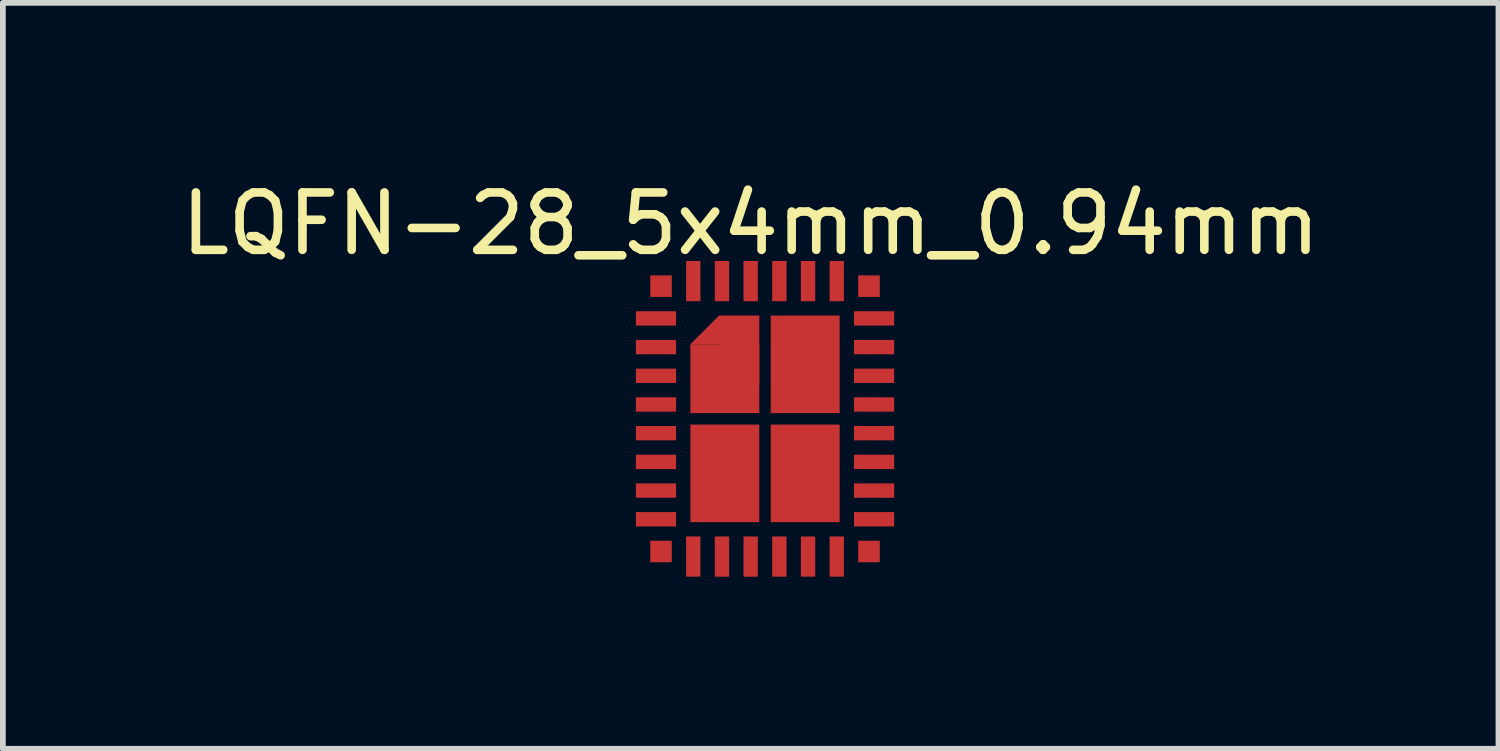
<source format=kicad_pcb>
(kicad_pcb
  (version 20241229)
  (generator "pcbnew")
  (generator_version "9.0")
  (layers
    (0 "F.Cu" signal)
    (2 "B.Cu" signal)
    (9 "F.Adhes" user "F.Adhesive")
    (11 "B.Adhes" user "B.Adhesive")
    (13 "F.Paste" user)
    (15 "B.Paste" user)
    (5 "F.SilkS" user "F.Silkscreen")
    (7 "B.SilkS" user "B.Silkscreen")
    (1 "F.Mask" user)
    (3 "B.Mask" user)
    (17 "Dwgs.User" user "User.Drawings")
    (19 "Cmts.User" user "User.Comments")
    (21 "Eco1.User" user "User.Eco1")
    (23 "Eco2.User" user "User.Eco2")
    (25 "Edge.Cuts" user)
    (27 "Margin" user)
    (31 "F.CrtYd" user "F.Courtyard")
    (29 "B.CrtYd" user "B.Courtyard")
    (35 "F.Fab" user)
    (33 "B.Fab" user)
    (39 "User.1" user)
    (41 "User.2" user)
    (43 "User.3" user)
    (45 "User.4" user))
  (footprint "LQFN-28_5x4mm_0.94mm"
    (layer "F.Cu")
    (at 10.28 4.248)
    (property "Reference" "LQFN-28_5x4mm_0.94mm" (at -0.25 -3.4 0) (layer "F.SilkS") (effects (font (size 1 1) (thickness 0.15))))
    (attr through_hole)
    (pad "0" smd rect (at -1.812 -2.312 270) (size 0.375 0.375) (layers "F.Cu" "F.Mask" "F.Paste"))
    (pad "0" smd rect (at -1.812 2.312 270) (size 0.375 0.375) (layers "F.Cu" "F.Mask" "F.Paste"))
    (pad "0" smd rect (at 1.812 -2.312 270) (size 0.375 0.375) (layers "F.Cu" "F.Mask" "F.Paste"))
    (pad "0" smd rect (at 1.812 2.312 270) (size 0.375 0.375) (layers "F.Cu" "F.Mask" "F.Paste"))
    (pad "1" smd rect (at -1.9 -1.75) (size 0.7 0.25) (layers "F.Cu" "F.Mask" "F.Paste"))
    (pad "2" smd rect (at -1.9 -1.25) (size 0.7 0.25) (layers "F.Cu" "F.Mask" "F.Paste"))
    (pad "3" smd rect (at -1.9 -0.75) (size 0.7 0.25) (layers "F.Cu" "F.Mask" "F.Paste"))
    (pad "4" smd rect (at -1.9 -0.25) (size 0.7 0.25) (layers "F.Cu" "F.Mask" "F.Paste"))
    (pad "5" smd rect (at -1.9 0.25) (size 0.7 0.25) (layers "F.Cu" "F.Mask" "F.Paste"))
    (pad "6" smd rect (at -1.9 0.75) (size 0.7 0.25) (layers "F.Cu" "F.Mask" "F.Paste"))
    (pad "7" smd rect (at -1.9 1.25) (size 0.7 0.25) (layers "F.Cu" "F.Mask" "F.Paste"))
    (pad "8" smd rect (at -1.9 1.75) (size 0.7 0.25) (layers "F.Cu" "F.Mask" "F.Paste"))
    (pad "9" smd rect (at -1.25 2.4 90) (size 0.7 0.25) (layers "F.Cu" "F.Mask" "F.Paste"))
    (pad "10" smd rect (at -0.75 2.4 90) (size 0.7 0.25) (layers "F.Cu" "F.Mask" "F.Paste"))
    (pad "11" smd rect (at -0.25 2.4 90) (size 0.7 0.25) (layers "F.Cu" "F.Mask" "F.Paste"))
    (pad "12" smd rect (at 0.25 2.4 90) (size 0.7 0.25) (layers "F.Cu" "F.Mask" "F.Paste"))
    (pad "13" smd rect (at 0.75 2.4 90) (size 0.7 0.25) (layers "F.Cu" "F.Mask" "F.Paste"))
    (pad "14" smd rect (at 1.25 2.4 90) (size 0.7 0.25) (layers "F.Cu" "F.Mask" "F.Paste"))
    (pad "15" smd rect (at 1.9 1.75 180) (size 0.7 0.25) (layers "F.Cu" "F.Mask" "F.Paste"))
    (pad "16" smd rect (at 1.9 1.25 180) (size 0.7 0.25) (layers "F.Cu" "F.Mask" "F.Paste"))
    (pad "17" smd rect (at 1.9 0.75 180) (size 0.7 0.25) (layers "F.Cu" "F.Mask" "F.Paste"))
    (pad "18" smd rect (at 1.9 0.25 180) (size 0.7 0.25) (layers "F.Cu" "F.Mask" "F.Paste"))
    (pad "19" smd rect (at 1.9 -0.25 180) (size 0.7 0.25) (layers "F.Cu" "F.Mask" "F.Paste"))
    (pad "20" smd rect (at 1.9 -0.75 180) (size 0.7 0.25) (layers "F.Cu" "F.Mask" "F.Paste"))
    (pad "21" smd rect (at 1.9 -1.25 180) (size 0.7 0.25) (layers "F.Cu" "F.Mask" "F.Paste"))
    (pad "22" smd rect (at 1.9 -1.75 180) (size 0.7 0.25) (layers "F.Cu" "F.Mask" "F.Paste"))
    (pad "23" smd rect (at 1.25 -2.4 270) (size 0.7 0.25) (layers "F.Cu" "F.Mask" "F.Paste"))
    (pad "24" smd rect (at 0.75 -2.4 270) (size 0.7 0.25) (layers "F.Cu" "F.Mask" "F.Paste"))
    (pad "25" smd rect (at 0.25 -2.4 270) (size 0.7 0.25) (layers "F.Cu" "F.Mask" "F.Paste"))
    (pad "26" smd rect (at -0.25 -2.4 270) (size 0.7 0.25) (layers "F.Cu" "F.Mask" "F.Paste"))
    (pad "27" smd rect (at -0.75 -2.4 270) (size 0.7 0.25) (layers "F.Cu" "F.Mask" "F.Paste"))
    (pad "28" smd rect (at -1.25 -2.4 270) (size 0.7 0.25) (layers "F.Cu" "F.Mask" "F.Paste"))
    (pad "29" smd trapezoid (at -0.8 -1.55) (size 0.5 0.5) (rect_delta 0 0.499) (layers "F.Cu" "F.Mask" "F.Paste"))
    (pad "29" smd rect (at -0.7 -0.95) (size 0.7 1.2) (drill (offset 0.25 -0.25)) (layers "F.Cu" "F.Mask" "F.Paste"))
    (pad "29" smd rect (at -0.7 -0.95) (size 1.2 1.2) (drill (offset 0 0.25)) (layers "F.Cu" "F.Mask" "F.Paste"))
    (pad "30" smd rect (at 0.7 -0.95) (size 1.2 1.7) (layers "F.Cu" "F.Mask" "F.Paste"))
    (pad "31" smd rect (at -0.7 0.95) (size 1.2 1.7) (layers "F.Cu" "F.Mask" "F.Paste"))
    (pad "32" smd rect (at 0.7 0.95) (size 1.2 1.7) (layers "F.Cu" "F.Mask" "F.Paste")))
  (gr_rect
    (start -3 -3)
    (end 23.06 9.998)
    (stroke (width 0.1) (type default))
    (fill no)
    (layer "Edge.Cuts")))
</source>
